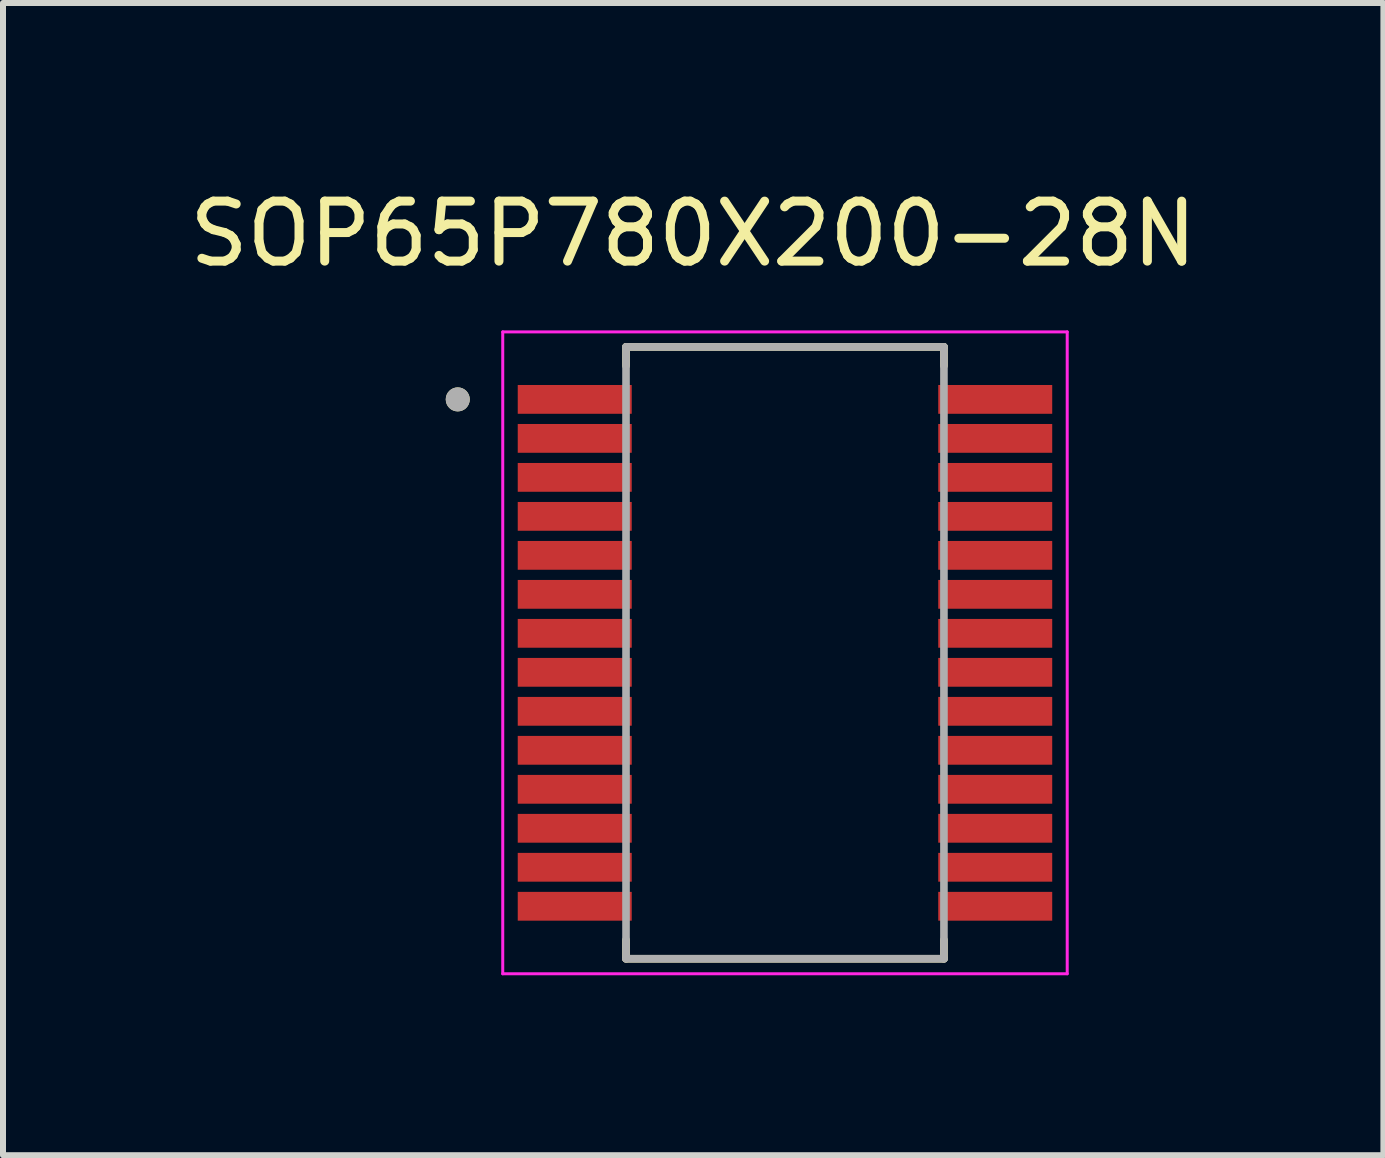
<source format=kicad_pcb>
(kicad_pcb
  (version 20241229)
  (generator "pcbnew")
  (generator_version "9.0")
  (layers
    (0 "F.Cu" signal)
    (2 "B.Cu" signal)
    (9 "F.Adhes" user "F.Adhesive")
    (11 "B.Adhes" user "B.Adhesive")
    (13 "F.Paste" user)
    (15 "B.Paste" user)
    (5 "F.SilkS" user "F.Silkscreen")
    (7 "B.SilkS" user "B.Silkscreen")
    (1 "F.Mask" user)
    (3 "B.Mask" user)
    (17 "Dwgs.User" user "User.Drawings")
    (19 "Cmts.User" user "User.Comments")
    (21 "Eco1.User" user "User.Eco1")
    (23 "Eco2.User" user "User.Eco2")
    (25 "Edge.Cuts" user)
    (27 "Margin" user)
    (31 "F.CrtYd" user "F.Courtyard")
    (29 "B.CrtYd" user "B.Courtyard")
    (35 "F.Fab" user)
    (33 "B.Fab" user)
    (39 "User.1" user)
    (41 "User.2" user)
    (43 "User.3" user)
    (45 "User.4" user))
  (footprint "SOP65P780X200-28N"
    (layer "F.Cu")
    (at 10.036 7.833)
    (property "Reference" "SOP65P780X200-28N" (at -1.53 -6.985 0) (layer "F.SilkS") (effects (font (size 1 1) (thickness 0.15))))
    (attr smd)
    (fp_poly (pts (xy -4.505 -4.515) (xy -2.505 -4.515) (xy -2.505 -3.935) (xy -4.505 -3.935)) (stroke (width 0.01) (type solid)) (fill yes) (layer "F.Mask"))
    (fp_poly (pts (xy -4.505 -3.865) (xy -2.505 -3.865) (xy -2.505 -3.285) (xy -4.505 -3.285)) (stroke (width 0.01) (type solid)) (fill yes) (layer "F.Mask"))
    (fp_poly (pts (xy -4.505 -3.215) (xy -2.505 -3.215) (xy -2.505 -2.635) (xy -4.505 -2.635)) (stroke (width 0.01) (type solid)) (fill yes) (layer "F.Mask"))
    (fp_poly (pts (xy -4.505 -2.565) (xy -2.505 -2.565) (xy -2.505 -1.985) (xy -4.505 -1.985)) (stroke (width 0.01) (type solid)) (fill yes) (layer "F.Mask"))
    (fp_poly (pts (xy -4.505 -1.915) (xy -2.505 -1.915) (xy -2.505 -1.335) (xy -4.505 -1.335)) (stroke (width 0.01) (type solid)) (fill yes) (layer "F.Mask"))
    (fp_poly (pts (xy -4.505 -1.265) (xy -2.505 -1.265) (xy -2.505 -0.685) (xy -4.505 -0.685)) (stroke (width 0.01) (type solid)) (fill yes) (layer "F.Mask"))
    (fp_poly (pts (xy -4.505 -0.615) (xy -2.505 -0.615) (xy -2.505 -0.035) (xy -4.505 -0.035)) (stroke (width 0.01) (type solid)) (fill yes) (layer "F.Mask"))
    (fp_poly (pts (xy -4.505 0.035) (xy -2.505 0.035) (xy -2.505 0.615) (xy -4.505 0.615)) (stroke (width 0.01) (type solid)) (fill yes) (layer "F.Mask"))
    (fp_poly (pts (xy -4.505 0.685) (xy -2.505 0.685) (xy -2.505 1.265) (xy -4.505 1.265)) (stroke (width 0.01) (type solid)) (fill yes) (layer "F.Mask"))
    (fp_poly (pts (xy -4.505 1.335) (xy -2.505 1.335) (xy -2.505 1.915) (xy -4.505 1.915)) (stroke (width 0.01) (type solid)) (fill yes) (layer "F.Mask"))
    (fp_poly (pts (xy -4.505 1.985) (xy -2.505 1.985) (xy -2.505 2.565) (xy -4.505 2.565)) (stroke (width 0.01) (type solid)) (fill yes) (layer "F.Mask"))
    (fp_poly (pts (xy -4.505 2.635) (xy -2.505 2.635) (xy -2.505 3.215) (xy -4.505 3.215)) (stroke (width 0.01) (type solid)) (fill yes) (layer "F.Mask"))
    (fp_poly (pts (xy -4.505 3.285) (xy -2.505 3.285) (xy -2.505 3.865) (xy -4.505 3.865)) (stroke (width 0.01) (type solid)) (fill yes) (layer "F.Mask"))
    (fp_poly (pts (xy -4.505 3.935) (xy -2.505 3.935) (xy -2.505 4.515) (xy -4.505 4.515)) (stroke (width 0.01) (type solid)) (fill yes) (layer "F.Mask"))
    (fp_poly (pts (xy 2.505 -4.515) (xy 4.505 -4.515) (xy 4.505 -3.935) (xy 2.505 -3.935)) (stroke (width 0.01) (type solid)) (fill yes) (layer "F.Mask"))
    (fp_poly (pts (xy 2.505 -3.865) (xy 4.505 -3.865) (xy 4.505 -3.285) (xy 2.505 -3.285)) (stroke (width 0.01) (type solid)) (fill yes) (layer "F.Mask"))
    (fp_poly (pts (xy 2.505 -3.215) (xy 4.505 -3.215) (xy 4.505 -2.635) (xy 2.505 -2.635)) (stroke (width 0.01) (type solid)) (fill yes) (layer "F.Mask"))
    (fp_poly (pts (xy 2.505 -2.565) (xy 4.505 -2.565) (xy 4.505 -1.985) (xy 2.505 -1.985)) (stroke (width 0.01) (type solid)) (fill yes) (layer "F.Mask"))
    (fp_poly (pts (xy 2.505 -1.915) (xy 4.505 -1.915) (xy 4.505 -1.335) (xy 2.505 -1.335)) (stroke (width 0.01) (type solid)) (fill yes) (layer "F.Mask"))
    (fp_poly (pts (xy 2.505 -1.265) (xy 4.505 -1.265) (xy 4.505 -0.685) (xy 2.505 -0.685)) (stroke (width 0.01) (type solid)) (fill yes) (layer "F.Mask"))
    (fp_poly (pts (xy 2.505 -0.615) (xy 4.505 -0.615) (xy 4.505 -0.035) (xy 2.505 -0.035)) (stroke (width 0.01) (type solid)) (fill yes) (layer "F.Mask"))
    (fp_poly (pts (xy 2.505 0.035) (xy 4.505 0.035) (xy 4.505 0.615) (xy 2.505 0.615)) (stroke (width 0.01) (type solid)) (fill yes) (layer "F.Mask"))
    (fp_poly (pts (xy 2.505 0.685) (xy 4.505 0.685) (xy 4.505 1.265) (xy 2.505 1.265)) (stroke (width 0.01) (type solid)) (fill yes) (layer "F.Mask"))
    (fp_poly (pts (xy 2.505 1.335) (xy 4.505 1.335) (xy 4.505 1.915) (xy 2.505 1.915)) (stroke (width 0.01) (type solid)) (fill yes) (layer "F.Mask"))
    (fp_poly (pts (xy 2.505 1.985) (xy 4.505 1.985) (xy 4.505 2.565) (xy 2.505 2.565)) (stroke (width 0.01) (type solid)) (fill yes) (layer "F.Mask"))
    (fp_poly (pts (xy 2.505 2.635) (xy 4.505 2.635) (xy 4.505 3.215) (xy 2.505 3.215)) (stroke (width 0.01) (type solid)) (fill yes) (layer "F.Mask"))
    (fp_poly (pts (xy 2.505 3.285) (xy 4.505 3.285) (xy 4.505 3.865) (xy 2.505 3.865)) (stroke (width 0.01) (type solid)) (fill yes) (layer "F.Mask"))
    (fp_poly (pts (xy 2.505 3.935) (xy 4.505 3.935) (xy 4.505 4.515) (xy 2.505 4.515)) (stroke (width 0.01) (type solid)) (fill yes) (layer "F.Mask"))
    (fp_line (start -2.65 -5.1) (end -2.65 -4.785) (stroke (width 0.127) (type solid)) (layer "F.SilkS"))
    (fp_line (start -2.65 5.1) (end -2.65 4.785) (stroke (width 0.127) (type solid)) (layer "F.SilkS"))
    (fp_line (start -2.65 5.1) (end 2.65 5.1) (stroke (width 0.127) (type solid)) (layer "F.SilkS"))
    (fp_line (start 2.65 -5.1) (end -2.65 -5.1) (stroke (width 0.127) (type solid)) (layer "F.SilkS"))
    (fp_line (start 2.65 -4.785) (end 2.65 -5.1) (stroke (width 0.127) (type solid)) (layer "F.SilkS"))
    (fp_line (start 2.65 5.1) (end 2.65 4.785) (stroke (width 0.127) (type solid)) (layer "F.SilkS"))
    (fp_circle (center -5.455 -4.225) (end -5.355 -4.225) (stroke (width 0.2) (type solid)) (fill no) (layer "F.SilkS"))
    (fp_line (start -4.705 -5.35) (end -4.705 5.35) (stroke (width 0.05) (type solid)) (layer "F.CrtYd"))
    (fp_line (start -4.705 5.35) (end 4.705 5.35) (stroke (width 0.05) (type solid)) (layer "F.CrtYd"))
    (fp_line (start 4.705 -5.35) (end -4.705 -5.35) (stroke (width 0.05) (type solid)) (layer "F.CrtYd"))
    (fp_line (start 4.705 5.35) (end 4.705 -5.35) (stroke (width 0.05) (type solid)) (layer "F.CrtYd"))
    (fp_line (start -2.65 -5.1) (end -2.65 5.1) (stroke (width 0.127) (type solid)) (layer "F.Fab"))
    (fp_line (start -2.65 5.1) (end 2.65 5.1) (stroke (width 0.127) (type solid)) (layer "F.Fab"))
    (fp_line (start 2.65 -5.1) (end -2.65 -5.1) (stroke (width 0.127) (type solid)) (layer "F.Fab"))
    (fp_line (start 2.65 5.1) (end 2.65 -5.1) (stroke (width 0.127) (type solid)) (layer "F.Fab"))
    (fp_circle (center -5.455 -4.225) (end -5.355 -4.225) (stroke (width 0.2) (type solid)) (fill no) (layer "F.Fab"))
    (pad "1" smd rect (at -3.505 -4.225) (size 1.9 0.48) (layers "F.Cu" "F.Paste"))
    (pad "2" smd rect (at -3.505 -3.575) (size 1.9 0.48) (layers "F.Cu" "F.Paste"))
    (pad "3" smd rect (at -3.505 -2.925) (size 1.9 0.48) (layers "F.Cu" "F.Paste"))
    (pad "4" smd rect (at -3.505 -2.275) (size 1.9 0.48) (layers "F.Cu" "F.Paste"))
    (pad "5" smd rect (at -3.505 -1.625) (size 1.9 0.48) (layers "F.Cu" "F.Paste"))
    (pad "6" smd rect (at -3.505 -0.975) (size 1.9 0.48) (layers "F.Cu" "F.Paste"))
    (pad "7" smd rect (at -3.505 -0.325) (size 1.9 0.48) (layers "F.Cu" "F.Paste"))
    (pad "8" smd rect (at -3.505 0.325) (size 1.9 0.48) (layers "F.Cu" "F.Paste"))
    (pad "9" smd rect (at -3.505 0.975) (size 1.9 0.48) (layers "F.Cu" "F.Paste"))
    (pad "10" smd rect (at -3.505 1.625) (size 1.9 0.48) (layers "F.Cu" "F.Paste"))
    (pad "11" smd rect (at -3.505 2.275) (size 1.9 0.48) (layers "F.Cu" "F.Paste"))
    (pad "12" smd rect (at -3.505 2.925) (size 1.9 0.48) (layers "F.Cu" "F.Paste"))
    (pad "13" smd rect (at -3.505 3.575) (size 1.9 0.48) (layers "F.Cu" "F.Paste"))
    (pad "14" smd rect (at -3.505 4.225) (size 1.9 0.48) (layers "F.Cu" "F.Paste"))
    (pad "15" smd rect (at 3.505 4.225) (size 1.9 0.48) (layers "F.Cu" "F.Paste"))
    (pad "16" smd rect (at 3.505 3.575) (size 1.9 0.48) (layers "F.Cu" "F.Paste"))
    (pad "17" smd rect (at 3.505 2.925) (size 1.9 0.48) (layers "F.Cu" "F.Paste"))
    (pad "18" smd rect (at 3.505 2.275) (size 1.9 0.48) (layers "F.Cu" "F.Paste"))
    (pad "19" smd rect (at 3.505 1.625) (size 1.9 0.48) (layers "F.Cu" "F.Paste"))
    (pad "20" smd rect (at 3.505 0.975) (size 1.9 0.48) (layers "F.Cu" "F.Paste"))
    (pad "21" smd rect (at 3.505 0.325) (size 1.9 0.48) (layers "F.Cu" "F.Paste"))
    (pad "22" smd rect (at 3.505 -0.325) (size 1.9 0.48) (layers "F.Cu" "F.Paste"))
    (pad "23" smd rect (at 3.505 -0.975) (size 1.9 0.48) (layers "F.Cu" "F.Paste"))
    (pad "24" smd rect (at 3.505 -1.625) (size 1.9 0.48) (layers "F.Cu" "F.Paste"))
    (pad "25" smd rect (at 3.505 -2.275) (size 1.9 0.48) (layers "F.Cu" "F.Paste"))
    (pad "26" smd rect (at 3.505 -2.925) (size 1.9 0.48) (layers "F.Cu" "F.Paste"))
    (pad "27" smd rect (at 3.505 -3.575) (size 1.9 0.48) (layers "F.Cu" "F.Paste"))
    (pad "28" smd rect (at 3.505 -4.225) (size 1.9 0.48) (layers "F.Cu" "F.Paste")))
  (gr_rect
    (start -3 -3)
    (end 20.012 16.208)
    (stroke (width 0.1) (type default))
    (fill no)
    (layer "Edge.Cuts")))
</source>
